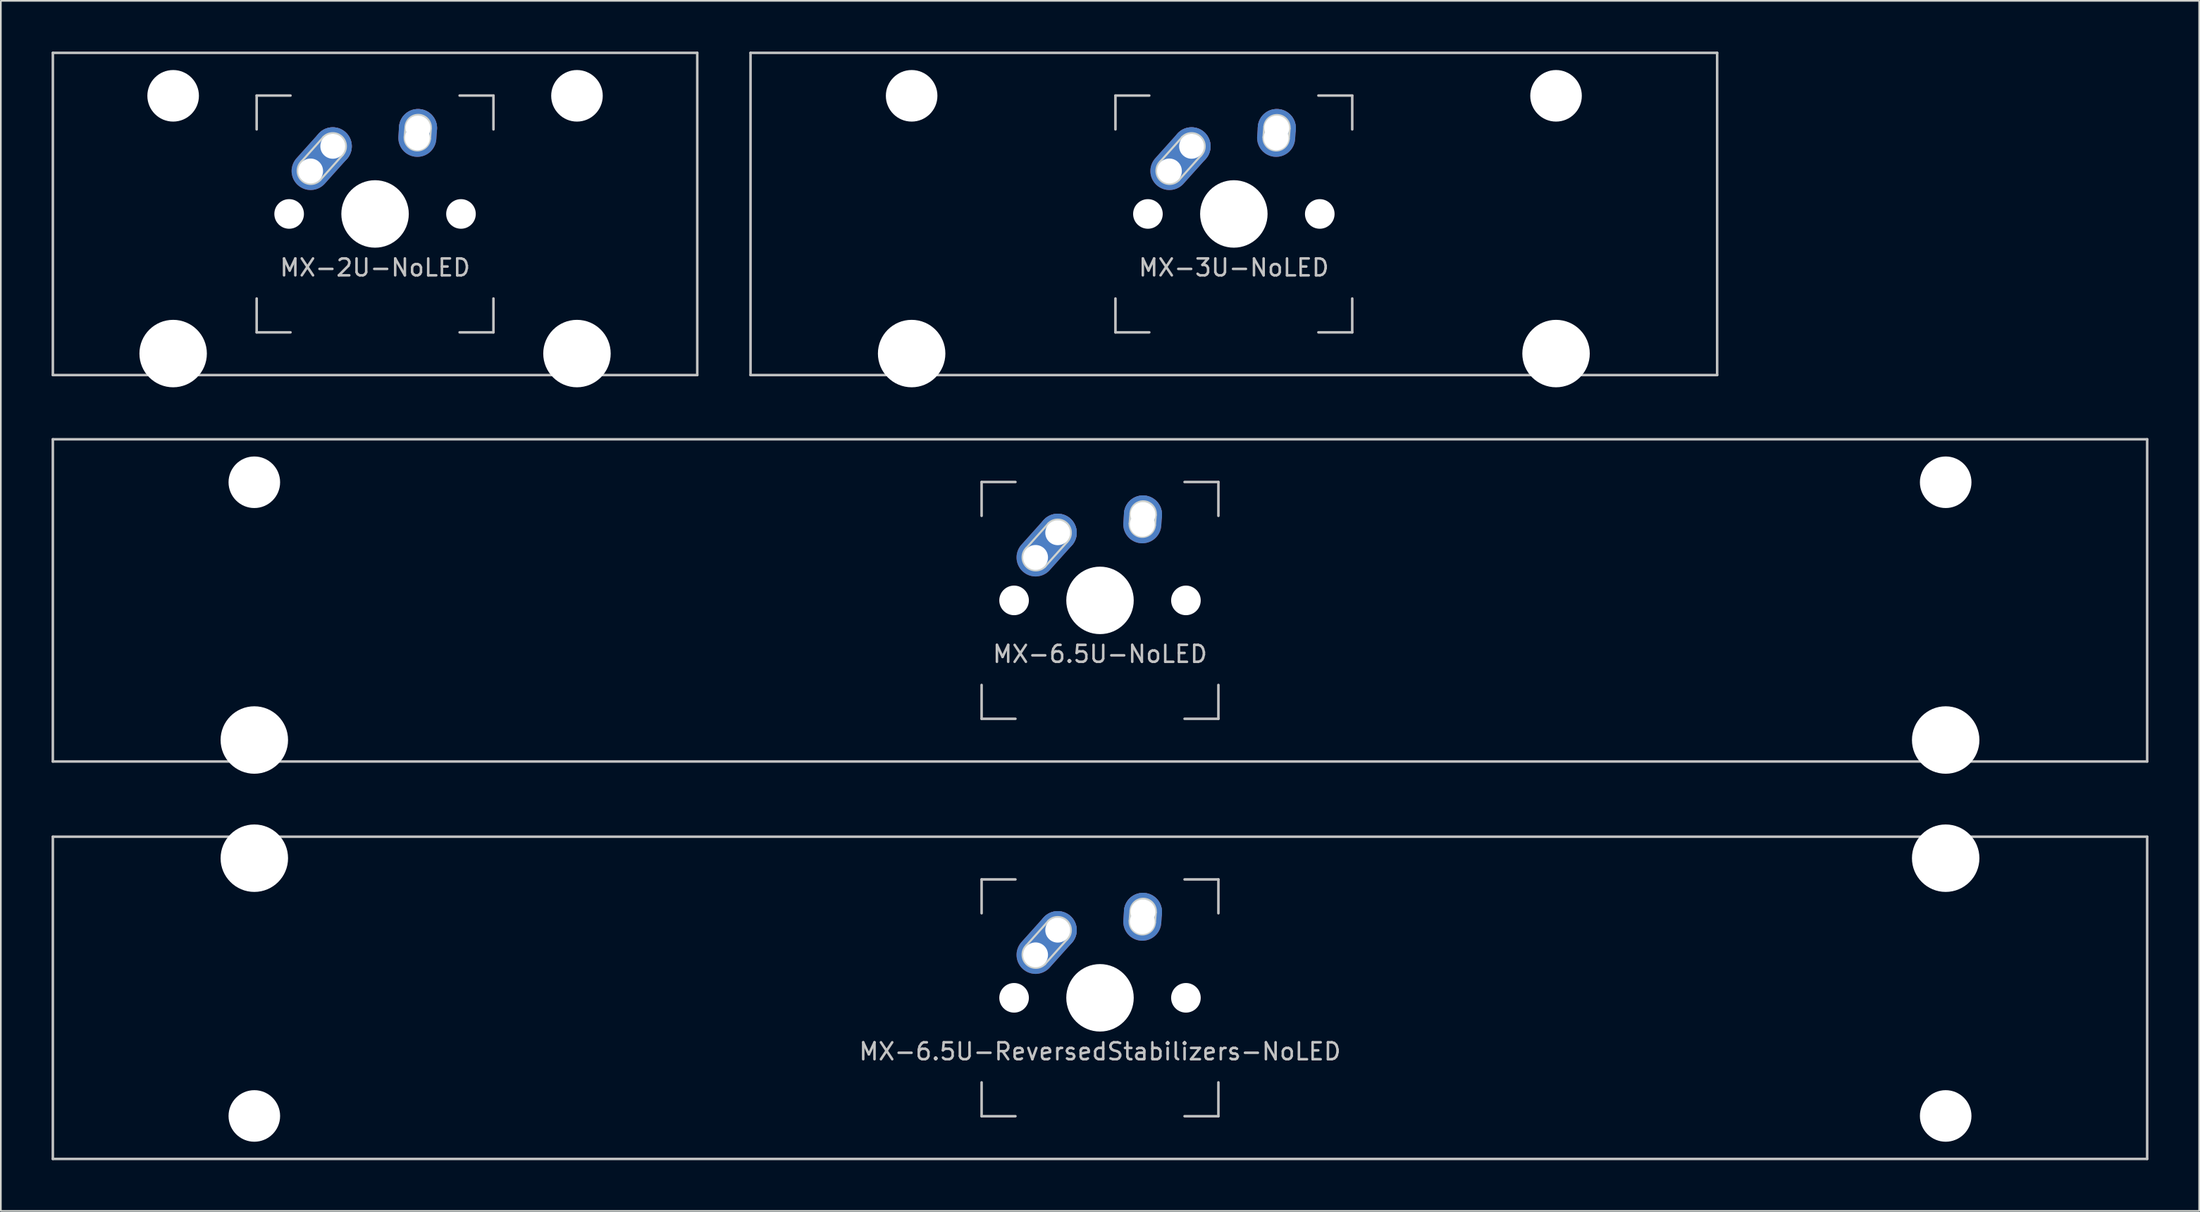
<source format=kicad_pcb>
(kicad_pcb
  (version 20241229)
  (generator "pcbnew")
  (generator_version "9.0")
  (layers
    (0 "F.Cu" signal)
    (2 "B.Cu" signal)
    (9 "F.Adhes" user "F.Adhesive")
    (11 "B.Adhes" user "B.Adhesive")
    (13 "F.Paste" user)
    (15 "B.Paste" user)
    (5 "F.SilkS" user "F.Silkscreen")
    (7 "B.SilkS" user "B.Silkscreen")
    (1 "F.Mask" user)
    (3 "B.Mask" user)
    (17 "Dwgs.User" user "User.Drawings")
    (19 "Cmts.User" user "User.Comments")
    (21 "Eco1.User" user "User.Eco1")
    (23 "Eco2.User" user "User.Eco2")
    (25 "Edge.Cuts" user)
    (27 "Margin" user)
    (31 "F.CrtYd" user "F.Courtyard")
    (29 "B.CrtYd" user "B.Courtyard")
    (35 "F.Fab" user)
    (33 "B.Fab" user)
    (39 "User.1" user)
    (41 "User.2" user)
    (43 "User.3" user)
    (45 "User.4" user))
  (footprint "MX-6.5U-ReversedStabilizers-NoLED"
    (layer "F.Cu")
    (at 61.987 55.947)
    (property "Reference" "MX-6.5U-ReversedStabilizers-NoLED" (at 0 3.175 0) (layer "Dwgs.User") (effects (font (size 1 1) (thickness 0.15))))
    (fp_line (start -61.913 -9.525) (end 61.913 -9.525) (stroke (width 0.15) (type solid)) (layer "Dwgs.User"))
    (fp_line (start -61.913 9.525) (end -61.913 -9.525) (stroke (width 0.15) (type solid)) (layer "Dwgs.User"))
    (fp_line (start -61.913 9.525) (end 61.913 9.525) (stroke (width 0.15) (type solid)) (layer "Dwgs.User"))
    (fp_line (start -7 -7) (end -7 -5) (stroke (width 0.15) (type solid)) (layer "Dwgs.User"))
    (fp_line (start -7 5) (end -7 7) (stroke (width 0.15) (type solid)) (layer "Dwgs.User"))
    (fp_line (start -7 7) (end -5 7) (stroke (width 0.15) (type solid)) (layer "Dwgs.User"))
    (fp_line (start -5 -7) (end -7 -7) (stroke (width 0.15) (type solid)) (layer "Dwgs.User"))
    (fp_line (start 5 -7) (end 7 -7) (stroke (width 0.15) (type solid)) (layer "Dwgs.User"))
    (fp_line (start 5 7) (end 7 7) (stroke (width 0.15) (type solid)) (layer "Dwgs.User"))
    (fp_line (start 7 -7) (end 7 -5) (stroke (width 0.15) (type solid)) (layer "Dwgs.User"))
    (fp_line (start 7 7) (end 7 5) (stroke (width 0.15) (type solid)) (layer "Dwgs.User"))
    (fp_line (start 61.913 -9.525) (end 61.913 9.525) (stroke (width 0.15) (type solid)) (layer "Dwgs.User"))
    (fp_line (start -3.05 -4.55) (end -4.35 -3.1) (stroke (width 0.12) (type solid)) (layer "Edge.Cuts"))
    (fp_line (start -1.95 -3.45) (end -3.25 -2) (stroke (width 0.12) (type solid)) (layer "Edge.Cuts"))
    (fp_line (start 1.8 -5.15) (end 1.75 -4.554) (stroke (width 0.12) (type solid)) (layer "Edge.Cuts"))
    (fp_line (start 3.3 -5.05) (end 3.25 -4.45) (stroke (width 0.12) (type solid)) (layer "Edge.Cuts"))
    (fp_arc (start -3.25 -2) (mid -4.35 -2) (end -4.35 -3.1) (stroke (width 0.12) (type solid)) (layer "Edge.Cuts"))
    (fp_arc (start -3.05 -4.55) (mid -1.95 -4.55) (end -1.95 -3.45) (stroke (width 0.12) (type solid)) (layer "Edge.Cuts"))
    (fp_arc (start 1.800001 -5.15) (mid 2.6 -5.849999) (end 3.299999 -5.05) (stroke (width 0.12) (type solid)) (layer "Edge.Cuts"))
    (fp_arc (start 3.249999 -4.45) (mid 2.448223 -3.750122) (end 1.750246 -4.553554) (stroke (width 0.12) (type solid)) (layer "Edge.Cuts"))
    (pad "" np_thru_hole circle (at -50 -8.255) (size 3.988 3.988) (drill 3.988) (layers "*.Cu" "*.Mask"))
    (pad "" np_thru_hole circle (at -50 6.985) (size 3.048 3.048) (drill 3.048) (layers "*.Cu" "*.Mask"))
    (pad "" np_thru_hole circle (at -5.08 0 48.1) (size 1.75 1.75) (drill 1.75) (layers "*.Cu" "*.Mask"))
    (pad "" np_thru_hole circle (at 0 0) (size 3.988 3.988) (drill 3.988) (layers "*.Cu" "*.Mask"))
    (pad "" np_thru_hole circle (at 5.08 0 48.1) (size 1.75 1.75) (drill 1.75) (layers "*.Cu" "*.Mask"))
    (pad "" np_thru_hole circle (at 50 -8.255) (size 3.988 3.988) (drill 3.988) (layers "*.Cu" "*.Mask"))
    (pad "" np_thru_hole circle (at 50 6.985) (size 3.048 3.048) (drill 3.048) (layers "*.Cu" "*.Mask"))
    (pad "1" thru_hole oval (at -3.81 -2.54 48.1) (size 4.212 2.25) (drill 1.47 (offset 0.981 0)) (layers "*.Cu" "B.Mask"))
    (pad "1" thru_hole circle (at -2.5 -4) (size 2.25 2.25) (drill 1.47) (layers "*.Cu" "B.Mask"))
    (pad "2" thru_hole oval (at 2.5 -4.5 86.055) (size 2.831 2.25) (drill 1.47 (offset 0.291 0)) (layers "*.Cu" "B.Mask"))
    (pad "2" thru_hole circle (at 2.54 -5.08) (size 2.25 2.25) (drill 1.47) (layers "*.Cu" "B.Mask")))
  (footprint "MX-6.5U-NoLED"
    (layer "F.Cu")
    (at 61.987 32.449)
    (property "Reference" "MX-6.5U-NoLED" (at 0 3.175 0) (layer "Dwgs.User") (effects (font (size 1 1) (thickness 0.15))))
    (fp_line (start -61.913 -9.525) (end 61.913 -9.525) (stroke (width 0.15) (type solid)) (layer "Dwgs.User"))
    (fp_line (start -61.913 9.525) (end -61.913 -9.525) (stroke (width 0.15) (type solid)) (layer "Dwgs.User"))
    (fp_line (start -61.913 9.525) (end 61.913 9.525) (stroke (width 0.15) (type solid)) (layer "Dwgs.User"))
    (fp_line (start -7 -7) (end -7 -5) (stroke (width 0.15) (type solid)) (layer "Dwgs.User"))
    (fp_line (start -7 5) (end -7 7) (stroke (width 0.15) (type solid)) (layer "Dwgs.User"))
    (fp_line (start -7 7) (end -5 7) (stroke (width 0.15) (type solid)) (layer "Dwgs.User"))
    (fp_line (start -5 -7) (end -7 -7) (stroke (width 0.15) (type solid)) (layer "Dwgs.User"))
    (fp_line (start 5 -7) (end 7 -7) (stroke (width 0.15) (type solid)) (layer "Dwgs.User"))
    (fp_line (start 5 7) (end 7 7) (stroke (width 0.15) (type solid)) (layer "Dwgs.User"))
    (fp_line (start 7 -7) (end 7 -5) (stroke (width 0.15) (type solid)) (layer "Dwgs.User"))
    (fp_line (start 7 7) (end 7 5) (stroke (width 0.15) (type solid)) (layer "Dwgs.User"))
    (fp_line (start 61.913 -9.525) (end 61.913 9.525) (stroke (width 0.15) (type solid)) (layer "Dwgs.User"))
    (fp_line (start -4.35 -3.1) (end -3.05 -4.55) (stroke (width 0.12) (type solid)) (layer "Edge.Cuts"))
    (fp_line (start -1.95 -3.45) (end -3.25 -2) (stroke (width 0.12) (type solid)) (layer "Edge.Cuts"))
    (fp_line (start 1.8 -5.15) (end 1.75 -4.547) (stroke (width 0.12) (type solid)) (layer "Edge.Cuts"))
    (fp_line (start 3.3 -5.05) (end 3.25 -4.45) (stroke (width 0.12) (type solid)) (layer "Edge.Cuts"))
    (fp_arc (start -3.25 -2) (mid -4.35 -2) (end -4.35 -3.1) (stroke (width 0.12) (type solid)) (layer "Edge.Cuts"))
    (fp_arc (start -3.05 -4.55) (mid -1.95 -4.55) (end -1.95 -3.45) (stroke (width 0.12) (type solid)) (layer "Edge.Cuts"))
    (fp_arc (start 1.800001 -5.15) (mid 2.6 -5.849999) (end 3.299999 -5.05) (stroke (width 0.12) (type solid)) (layer "Edge.Cuts"))
    (fp_arc (start 3.249999 -4.45) (mid 2.451556 -3.749899) (end 1.7498 -4.546888) (stroke (width 0.12) (type solid)) (layer "Edge.Cuts"))
    (pad "" np_thru_hole circle (at -50 -6.985) (size 3.048 3.048) (drill 3.048) (layers "*.Cu" "*.Mask"))
    (pad "" np_thru_hole circle (at -50 8.255) (size 3.988 3.988) (drill 3.988) (layers "*.Cu" "*.Mask"))
    (pad "" np_thru_hole circle (at -5.08 0 48.1) (size 1.75 1.75) (drill 1.75) (layers "*.Cu" "*.Mask"))
    (pad "" np_thru_hole circle (at 0 0) (size 3.988 3.988) (drill 3.988) (layers "*.Cu" "*.Mask"))
    (pad "" np_thru_hole circle (at 5.08 0 48.1) (size 1.75 1.75) (drill 1.75) (layers "*.Cu" "*.Mask"))
    (pad "" np_thru_hole circle (at 50 -6.985) (size 3.048 3.048) (drill 3.048) (layers "*.Cu" "*.Mask"))
    (pad "" np_thru_hole circle (at 50 8.255) (size 3.988 3.988) (drill 3.988) (layers "*.Cu" "*.Mask"))
    (pad "1" thru_hole oval (at -3.81 -2.54 48.1) (size 4.212 2.25) (drill 1.47 (offset 0.981 0)) (layers "*.Cu" "B.Mask"))
    (pad "1" thru_hole circle (at -2.5 -4) (size 2.25 2.25) (drill 1.47) (layers "*.Cu" "B.Mask"))
    (pad "2" thru_hole oval (at 2.5 -4.5 86.055) (size 2.831 2.25) (drill 1.47 (offset 0.291 0)) (layers "*.Cu" "B.Mask"))
    (pad "2" thru_hole circle (at 2.54 -5.08) (size 2.25 2.25) (drill 1.47) (layers "*.Cu" "B.Mask")))
  (footprint "MX-2U-NoLED"
    (layer "F.Cu")
    (at 19.125 9.6)
    (property "Reference" "MX-2U-NoLED" (at 0 3.175 0) (layer "Dwgs.User") (effects (font (size 1 1) (thickness 0.15))))
    (fp_line (start -19.05 -9.525) (end 19.05 -9.525) (stroke (width 0.15) (type solid)) (layer "Dwgs.User"))
    (fp_line (start -19.05 9.525) (end -19.05 -9.525) (stroke (width 0.15) (type solid)) (layer "Dwgs.User"))
    (fp_line (start -19.05 9.525) (end 19.05 9.525) (stroke (width 0.15) (type solid)) (layer "Dwgs.User"))
    (fp_line (start -7 -7) (end -7 -5) (stroke (width 0.15) (type solid)) (layer "Dwgs.User"))
    (fp_line (start -7 5) (end -7 7) (stroke (width 0.15) (type solid)) (layer "Dwgs.User"))
    (fp_line (start -7 7) (end -5 7) (stroke (width 0.15) (type solid)) (layer "Dwgs.User"))
    (fp_line (start -5 -7) (end -7 -7) (stroke (width 0.15) (type solid)) (layer "Dwgs.User"))
    (fp_line (start 5 -7) (end 7 -7) (stroke (width 0.15) (type solid)) (layer "Dwgs.User"))
    (fp_line (start 5 7) (end 7 7) (stroke (width 0.15) (type solid)) (layer "Dwgs.User"))
    (fp_line (start 7 -7) (end 7 -5) (stroke (width 0.15) (type solid)) (layer "Dwgs.User"))
    (fp_line (start 7 7) (end 7 5) (stroke (width 0.15) (type solid)) (layer "Dwgs.User"))
    (fp_line (start 19.05 -9.525) (end 19.05 9.525) (stroke (width 0.15) (type solid)) (layer "Dwgs.User"))
    (fp_line (start -4.35 -3.1) (end -3.05 -4.55) (stroke (width 0.12) (type solid)) (layer "Edge.Cuts"))
    (fp_line (start -1.924 -3.477) (end -3.25 -2) (stroke (width 0.12) (type solid)) (layer "Edge.Cuts"))
    (fp_line (start 1.8 -5.15) (end 1.75 -4.55) (stroke (width 0.12) (type solid)) (layer "Edge.Cuts"))
    (fp_line (start 3.3 -5.05) (end 3.25 -4.45) (stroke (width 0.12) (type solid)) (layer "Edge.Cuts"))
    (fp_arc (start -3.25 -2) (mid -4.35 -2) (end -4.35 -3.1) (stroke (width 0.12) (type solid)) (layer "Edge.Cuts"))
    (fp_arc (start -3.05 -4.55) (mid -1.96324 -4.562928) (end -1.924462 -3.476783) (stroke (width 0.12) (type solid)) (layer "Edge.Cuts"))
    (fp_arc (start 1.800001 -5.15) (mid 2.6 -5.849999) (end 3.299999 -5.05) (stroke (width 0.12) (type solid)) (layer "Edge.Cuts"))
    (fp_arc (start 3.249999 -4.45) (mid 2.45 -3.750001) (end 1.750001 -4.55) (stroke (width 0.12) (type solid)) (layer "Edge.Cuts"))
    (pad "" np_thru_hole circle (at -11.938 -6.985) (size 3.048 3.048) (drill 3.048) (layers "*.Cu" "*.Mask"))
    (pad "" np_thru_hole circle (at -11.938 8.255) (size 3.988 3.988) (drill 3.988) (layers "*.Cu" "*.Mask"))
    (pad "" np_thru_hole circle (at -5.08 0 48.1) (size 1.75 1.75) (drill 1.75) (layers "*.Cu" "*.Mask"))
    (pad "" np_thru_hole circle (at 0 0) (size 3.988 3.988) (drill 3.988) (layers "*.Cu" "*.Mask"))
    (pad "" np_thru_hole circle (at 5.08 0 48.1) (size 1.75 1.75) (drill 1.75) (layers "*.Cu" "*.Mask"))
    (pad "" np_thru_hole circle (at 11.938 -6.985) (size 3.048 3.048) (drill 3.048) (layers "*.Cu" "*.Mask"))
    (pad "" np_thru_hole circle (at 11.938 8.255) (size 3.988 3.988) (drill 3.988) (layers "*.Cu" "*.Mask"))
    (pad "1" thru_hole oval (at -3.81 -2.54 48.1) (size 4.212 2.25) (drill 1.47 (offset 0.981 0)) (layers "*.Cu" "B.Mask"))
    (pad "1" thru_hole circle (at -2.5 -4) (size 2.25 2.25) (drill 1.47) (layers "*.Cu" "B.Mask"))
    (pad "2" thru_hole oval (at 2.5 -4.5 86.055) (size 2.831 2.25) (drill 1.47 (offset 0.291 0)) (layers "*.Cu" "B.Mask"))
    (pad "2" thru_hole circle (at 2.54 -5.08) (size 2.25 2.25) (drill 1.47) (layers "*.Cu" "B.Mask")))
  (footprint "MX-3U-NoLED"
    (layer "F.Cu")
    (at 69.9 9.6)
    (property "Reference" "MX-3U-NoLED" (at 0 3.175 0) (layer "Dwgs.User") (effects (font (size 1 1) (thickness 0.15))))
    (fp_line (start -28.575 -9.525) (end 28.575 -9.525) (stroke (width 0.15) (type solid)) (layer "Dwgs.User"))
    (fp_line (start -28.575 9.525) (end -28.575 -9.525) (stroke (width 0.15) (type solid)) (layer "Dwgs.User"))
    (fp_line (start -28.575 9.525) (end 28.575 9.525) (stroke (width 0.15) (type solid)) (layer "Dwgs.User"))
    (fp_line (start -7 -7) (end -7 -5) (stroke (width 0.15) (type solid)) (layer "Dwgs.User"))
    (fp_line (start -7 5) (end -7 7) (stroke (width 0.15) (type solid)) (layer "Dwgs.User"))
    (fp_line (start -7 7) (end -5 7) (stroke (width 0.15) (type solid)) (layer "Dwgs.User"))
    (fp_line (start -5 -7) (end -7 -7) (stroke (width 0.15) (type solid)) (layer "Dwgs.User"))
    (fp_line (start 5 -7) (end 7 -7) (stroke (width 0.15) (type solid)) (layer "Dwgs.User"))
    (fp_line (start 5 7) (end 7 7) (stroke (width 0.15) (type solid)) (layer "Dwgs.User"))
    (fp_line (start 7 -7) (end 7 -5) (stroke (width 0.15) (type solid)) (layer "Dwgs.User"))
    (fp_line (start 7 7) (end 7 5) (stroke (width 0.15) (type solid)) (layer "Dwgs.User"))
    (fp_line (start 28.575 -9.525) (end 28.575 9.525) (stroke (width 0.15) (type solid)) (layer "Dwgs.User"))
    (fp_line (start -4.35 -3.1) (end -3.05 -4.55) (stroke (width 0.12) (type solid)) (layer "Edge.Cuts"))
    (fp_line (start -1.95 -3.45) (end -3.25 -2) (stroke (width 0.12) (type solid)) (layer "Edge.Cuts"))
    (fp_line (start 1.8 -5.154) (end 1.75 -4.544) (stroke (width 0.12) (type solid)) (layer "Edge.Cuts"))
    (fp_line (start 3.3 -5.05) (end 3.25 -4.45) (stroke (width 0.12) (type solid)) (layer "Edge.Cuts"))
    (fp_arc (start -3.25 -2) (mid -4.35 -2) (end -4.35 -3.1) (stroke (width 0.12) (type solid)) (layer "Edge.Cuts"))
    (fp_arc (start -3.05 -4.55) (mid -1.95 -4.55) (end -1.95 -3.45) (stroke (width 0.12) (type solid)) (layer "Edge.Cuts"))
    (fp_arc (start 1.800246 -5.153554) (mid 2.601777 -5.849879) (end 3.299999 -5.05) (stroke (width 0.12) (type solid)) (layer "Edge.Cuts"))
    (fp_arc (start 3.249999 -4.45) (mid 2.45293 -3.749811) (end 1.749633 -4.544139) (stroke (width 0.12) (type solid)) (layer "Edge.Cuts"))
    (pad "" np_thru_hole circle (at -19.05 -6.985) (size 3.048 3.048) (drill 3.048) (layers "*.Cu" "*.Mask"))
    (pad "" np_thru_hole circle (at -19.05 8.255) (size 3.988 3.988) (drill 3.988) (layers "*.Cu" "*.Mask"))
    (pad "" np_thru_hole circle (at -5.08 0 48.1) (size 1.75 1.75) (drill 1.75) (layers "*.Cu" "*.Mask"))
    (pad "" np_thru_hole circle (at 0 0) (size 3.988 3.988) (drill 3.988) (layers "*.Cu" "*.Mask"))
    (pad "" np_thru_hole circle (at 5.08 0 48.1) (size 1.75 1.75) (drill 1.75) (layers "*.Cu" "*.Mask"))
    (pad "" np_thru_hole circle (at 19.05 -6.985) (size 3.048 3.048) (drill 3.048) (layers "*.Cu" "*.Mask"))
    (pad "" np_thru_hole circle (at 19.05 8.255) (size 3.988 3.988) (drill 3.988) (layers "*.Cu" "*.Mask"))
    (pad "1" thru_hole oval (at -3.81 -2.54 48.1) (size 4.212 2.25) (drill 1.47 (offset 0.981 0)) (layers "*.Cu" "B.Mask"))
    (pad "1" thru_hole circle (at -2.5 -4) (size 2.25 2.25) (drill 1.47) (layers "*.Cu" "B.Mask"))
    (pad "2" thru_hole oval (at 2.5 -4.5 86.055) (size 2.831 2.25) (drill 1.47 (offset 0.291 0)) (layers "*.Cu" "B.Mask"))
    (pad "2" thru_hole circle (at 2.54 -5.08) (size 2.25 2.25) (drill 1.47) (layers "*.Cu" "B.Mask")))
  (gr_rect
    (start -3 -3)
    (end 126.975 68.547)
    (stroke (width 0.1) (type default))
    (fill no)
    (layer "Edge.Cuts")))
</source>
